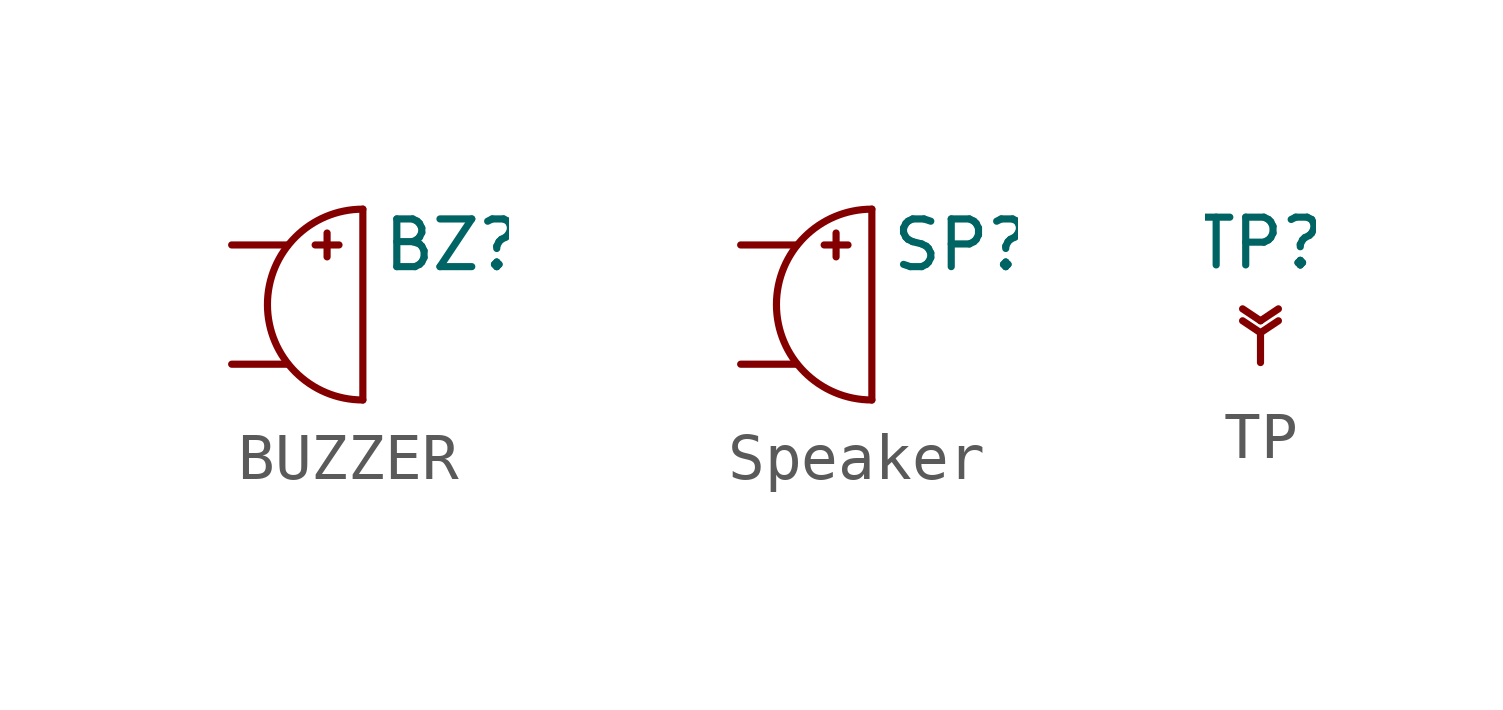
<source format=kicad_sym>
(kicad_symbol_lib
  (version 20211014)
  (generator kicad_symbol_editor)
  (symbol "BUZZER"
    (pin_numbers hide)
    (pin_names
      (offset 0.254) hide)
    (property "Reference" "BZ"
      (at 1.905 1.27 0)
      (effects (font (size 1.016 1.016)) (justify left)))
    (symbol "BUZZER_0_1"
      (polyline (pts (xy 0.508 1.27) (xy 1.016 1.27)) (stroke (width 0) (type default) (color 0 0 0 0)) (fill (type none)))
      (polyline (pts (xy 0.762 1.524) (xy 0.762 1.016)) (stroke (width 0) (type default) (color 0 0 0 0)) (fill (type none)))
      (polyline (pts (xy 1.524 2.032) (xy 1.524 -2.032)) (stroke (width 0) (type default) (color 0 0 0 0)) (fill (type none)))
      (arc (start 1.524 2.032) (mid -0.508 0) (end 1.524 -2.032) (stroke (width 0) (type default) (color 0 0 0 0)) (fill (type none))))
    (symbol "BUZZER_1_1"
      (pin passive line (at -1.27 1.27 0) (length 1.194) (name "~" (effects (font (size 1.016 1.016)))) (number "1" (effects (font (size 1.016 1.016)))))
      (pin passive line (at -1.27 -1.27 0) (length 1.194) (name "~" (effects (font (size 1.016 1.016)))) (number "2" (effects (font (size 1.016 1.016)))))))
  (symbol "Speaker"
    (pin_numbers hide)
    (pin_names
      (offset 0.254) hide)
    (property "Reference" "SP"
      (at 1.905 1.27 0)
      (effects (font (size 1.016 1.016)) (justify left)))
    (symbol "Speaker_0_1"
      (polyline (pts (xy 0.508 1.27) (xy 1.016 1.27)) (stroke (width 0) (type default) (color 0 0 0 0)) (fill (type none)))
      (polyline (pts (xy 0.762 1.524) (xy 0.762 1.016)) (stroke (width 0) (type default) (color 0 0 0 0)) (fill (type none)))
      (polyline (pts (xy 1.524 2.032) (xy 1.524 -2.032)) (stroke (width 0) (type default) (color 0 0 0 0)) (fill (type none)))
      (arc (start 1.524 2.032) (mid -0.508 0) (end 1.524 -2.032) (stroke (width 0) (type default) (color 0 0 0 0)) (fill (type none))))
    (symbol "Speaker_1_1"
      (pin passive line (at -1.27 1.27 0) (length 1.194) (name "~" (effects (font (size 1.016 1.016)))) (number "1" (effects (font (size 1.016 1.016)))))
      (pin passive line (at -1.27 -1.27 0) (length 1.194) (name "~" (effects (font (size 1.016 1.016)))) (number "2" (effects (font (size 1.016 1.016)))))))
  (symbol "TP"
    (pin_numbers hide)
    (pin_names
      (offset 1.016) hide)
    (property "Reference" "TP"
      (at 0 2.54 0)
      (effects (font (size 1.016 1.016))))
    (symbol "TP_0_1"
      (polyline (pts (xy 0 0.635) (xy -0.381 0.889)) (stroke (width 0) (type default) (color 0 0 0 0)) (fill (type none)))
      (polyline (pts (xy 0 0.635) (xy 0.381 0.889)) (stroke (width 0) (type default) (color 0 0 0 0)) (fill (type none)))
      (polyline (pts (xy 0 0.889) (xy -0.381 1.143)) (stroke (width 0) (type default) (color 0 0 0 0)) (fill (type none)))
      (polyline (pts (xy 0.381 1.143) (xy 0 0.889)) (stroke (width 0) (type default) (color 0 0 0 0)) (fill (type none))))
    (symbol "TP_1_1"
      (pin passive line (at 0 0 90) (length 0.635) (name "~" (effects (font (size 1.016 1.016)))) (number "1" (effects (font (size 1.016 1.016))))))))
</source>
